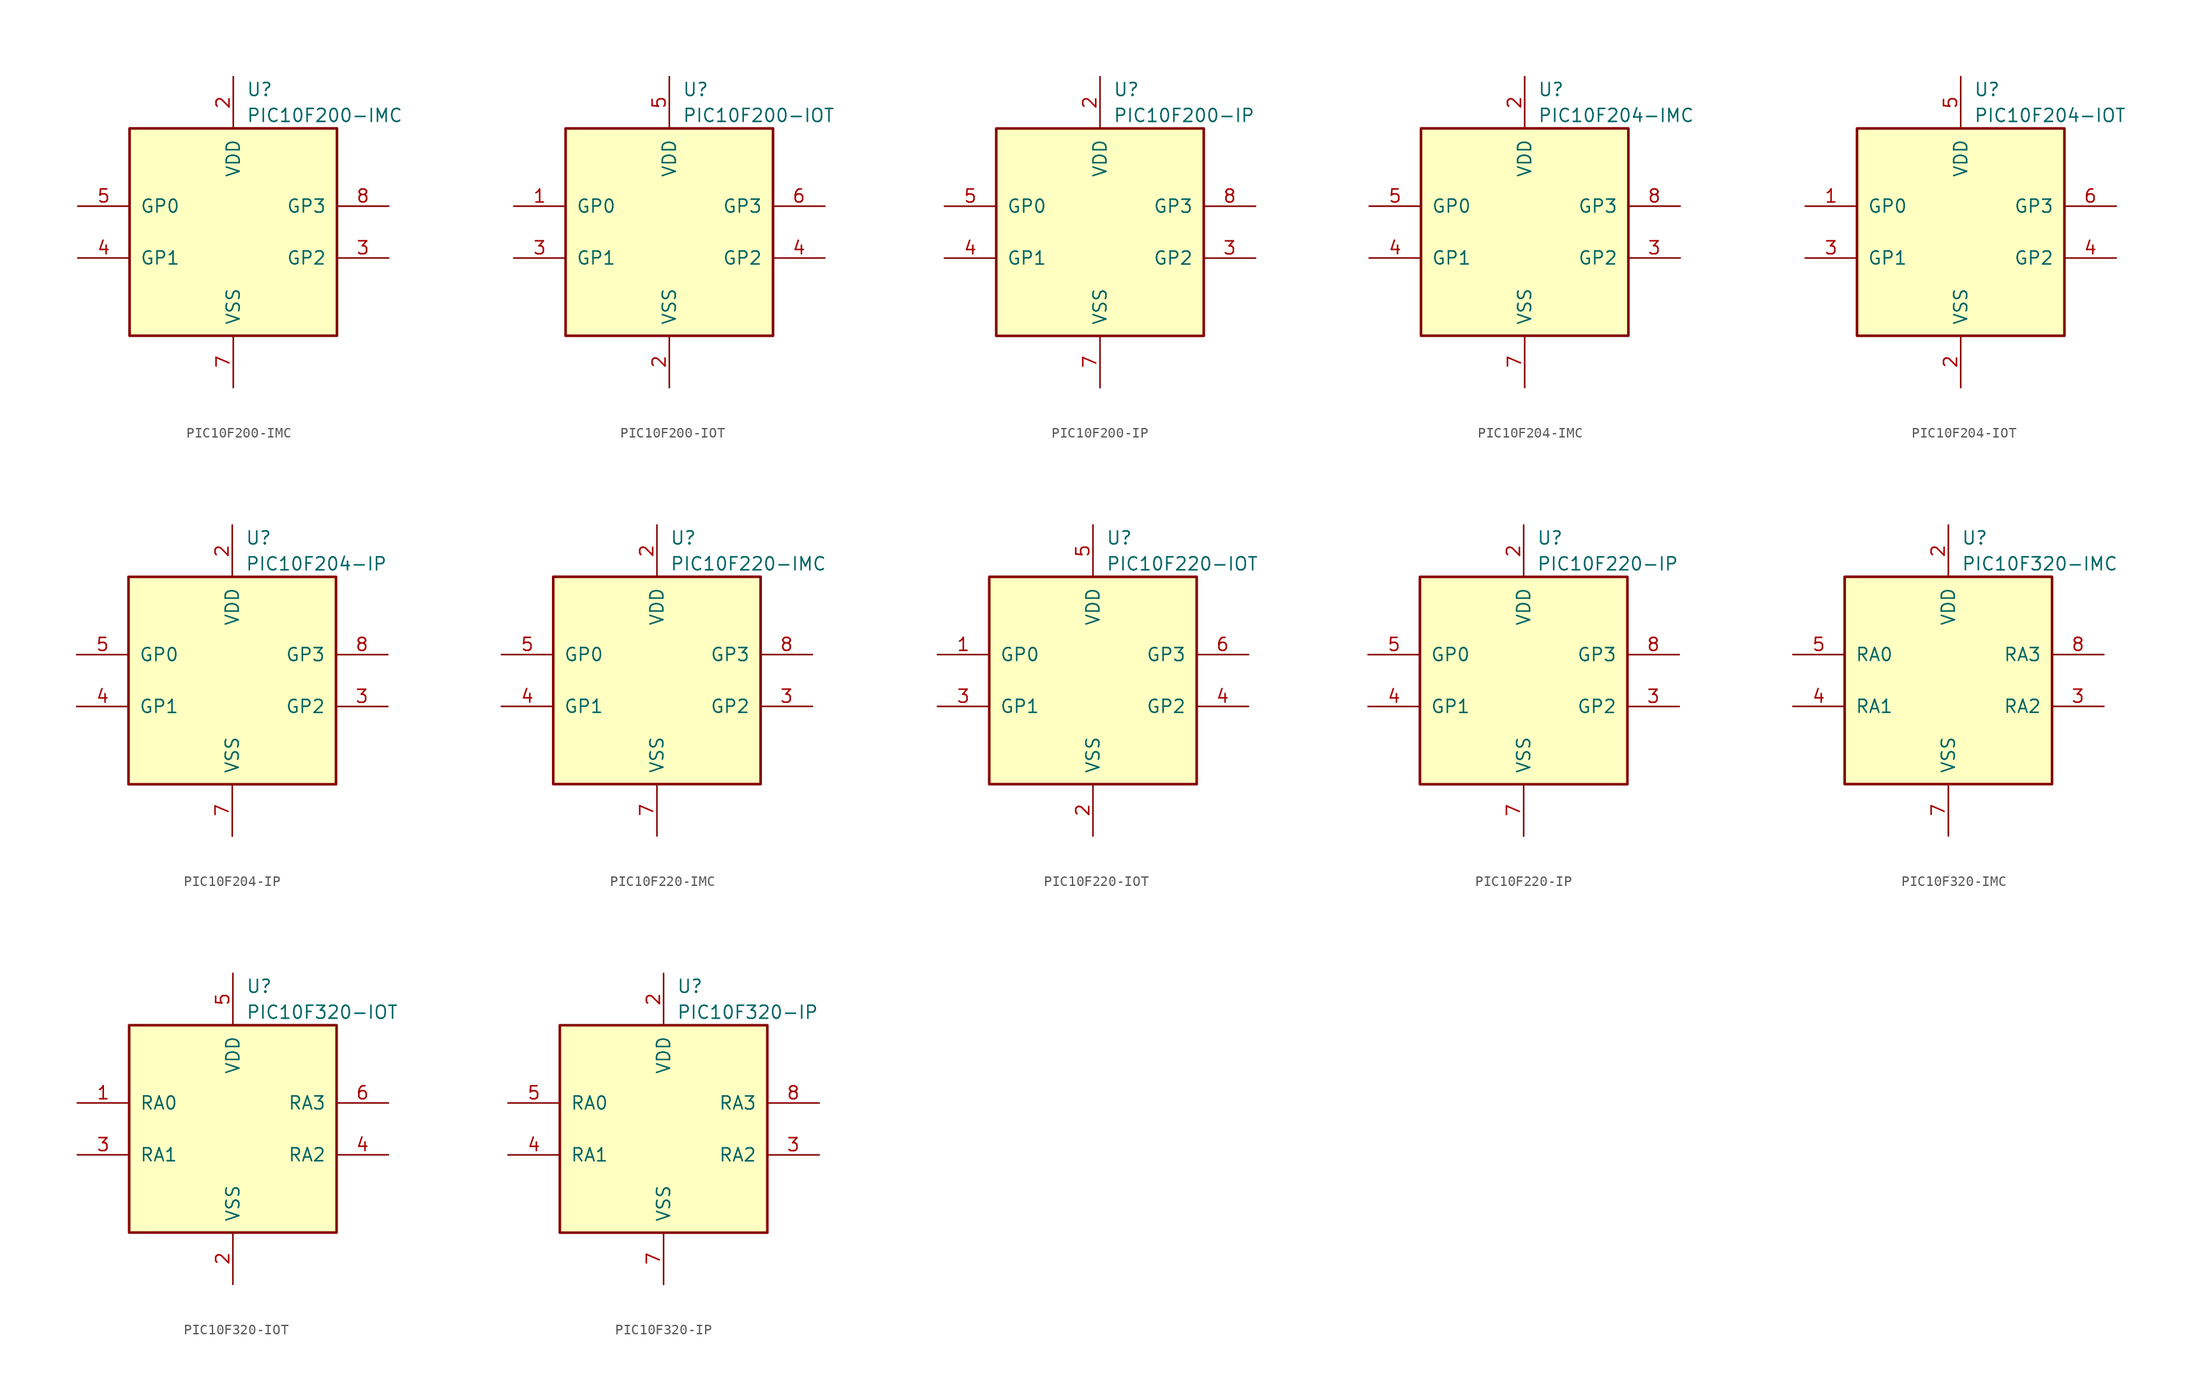
<source format=kicad_sym>
(kicad_symbol_lib
  (version 20201005)
  (generator kicad_symbol_editor)
  (symbol "MCU_Microchip_PIC10:PIC10F200-IMC"
    (pin_names
      (offset 1.016))
    (property "Reference" "U"
      (at 1.27 13.97 0)
      (effects (font (size 1.27 1.27)) (justify left)))
    (property "Value" "PIC10F200-IMC"
      (at 1.27 11.43 0)
      (effects (font (size 1.27 1.27)) (justify left)))
    (symbol "PIC10F200-IMC_0_1"
      (rectangle (start -10.16 10.16) (end 10.16 -10.16) (stroke (width 0.254)) (fill (type background))))
    (symbol "PIC10F200-IMC_1_1"
      (pin power_in line (at 0 15.24 270) (length 5.08) (name "VDD" (effects (font (size 1.27 1.27)))) (number "2" (effects (font (size 1.27 1.27)))))
      (pin bidirectional line (at 15.24 -2.54 180) (length 5.08) (name "GP2" (effects (font (size 1.27 1.27)))) (number "3" (effects (font (size 1.27 1.27)))))
      (pin bidirectional line (at -15.24 -2.54 0) (length 5.08) (name "GP1" (effects (font (size 1.27 1.27)))) (number "4" (effects (font (size 1.27 1.27)))))
      (pin bidirectional line (at -15.24 2.54 0) (length 5.08) (name "GP0" (effects (font (size 1.27 1.27)))) (number "5" (effects (font (size 1.27 1.27)))))
      (pin power_in line (at 0 -15.24 90) (length 5.08) (name "VSS" (effects (font (size 1.27 1.27)))) (number "7" (effects (font (size 1.27 1.27)))))
      (pin input line (at 15.24 2.54 180) (length 5.08) (name "GP3" (effects (font (size 1.27 1.27)))) (number "8" (effects (font (size 1.27 1.27)))))))
  (symbol "MCU_Microchip_PIC10:PIC10F200-IOT"
    (pin_names
      (offset 1.016))
    (property "Reference" "U"
      (at 1.27 13.97 0)
      (effects (font (size 1.27 1.27)) (justify left)))
    (property "Value" "PIC10F200-IOT"
      (at 1.27 11.43 0)
      (effects (font (size 1.27 1.27)) (justify left)))
    (symbol "PIC10F200-IOT_0_1"
      (rectangle (start -10.16 10.16) (end 10.16 -10.16) (stroke (width 0.254)) (fill (type background))))
    (symbol "PIC10F200-IOT_1_1"
      (pin bidirectional line (at -15.24 2.54 0) (length 5.08) (name "GP0" (effects (font (size 1.27 1.27)))) (number "1" (effects (font (size 1.27 1.27)))))
      (pin power_in line (at 0 -15.24 90) (length 5.08) (name "VSS" (effects (font (size 1.27 1.27)))) (number "2" (effects (font (size 1.27 1.27)))))
      (pin bidirectional line (at -15.24 -2.54 0) (length 5.08) (name "GP1" (effects (font (size 1.27 1.27)))) (number "3" (effects (font (size 1.27 1.27)))))
      (pin bidirectional line (at 15.24 -2.54 180) (length 5.08) (name "GP2" (effects (font (size 1.27 1.27)))) (number "4" (effects (font (size 1.27 1.27)))))
      (pin power_in line (at 0 15.24 270) (length 5.08) (name "VDD" (effects (font (size 1.27 1.27)))) (number "5" (effects (font (size 1.27 1.27)))))
      (pin input line (at 15.24 2.54 180) (length 5.08) (name "GP3" (effects (font (size 1.27 1.27)))) (number "6" (effects (font (size 1.27 1.27)))))))
  (symbol "MCU_Microchip_PIC10:PIC10F200-IP"
    (pin_names
      (offset 1.016))
    (property "Reference" "U"
      (at 1.27 13.97 0)
      (effects (font (size 1.27 1.27)) (justify left)))
    (property "Value" "PIC10F200-IP"
      (at 1.27 11.43 0)
      (effects (font (size 1.27 1.27)) (justify left)))
    (symbol "PIC10F200-IP_0_1"
      (rectangle (start -10.16 10.16) (end 10.16 -10.16) (stroke (width 0.254)) (fill (type background))))
    (symbol "PIC10F200-IP_1_1"
      (pin power_in line (at 0 15.24 270) (length 5.08) (name "VDD" (effects (font (size 1.27 1.27)))) (number "2" (effects (font (size 1.27 1.27)))))
      (pin bidirectional line (at 15.24 -2.54 180) (length 5.08) (name "GP2" (effects (font (size 1.27 1.27)))) (number "3" (effects (font (size 1.27 1.27)))))
      (pin bidirectional line (at -15.24 -2.54 0) (length 5.08) (name "GP1" (effects (font (size 1.27 1.27)))) (number "4" (effects (font (size 1.27 1.27)))))
      (pin bidirectional line (at -15.24 2.54 0) (length 5.08) (name "GP0" (effects (font (size 1.27 1.27)))) (number "5" (effects (font (size 1.27 1.27)))))
      (pin power_in line (at 0 -15.24 90) (length 5.08) (name "VSS" (effects (font (size 1.27 1.27)))) (number "7" (effects (font (size 1.27 1.27)))))
      (pin input line (at 15.24 2.54 180) (length 5.08) (name "GP3" (effects (font (size 1.27 1.27)))) (number "8" (effects (font (size 1.27 1.27)))))))
  (symbol "MCU_Microchip_PIC10:PIC10F204-IMC"
    (pin_names
      (offset 1.016))
    (property "Reference" "U"
      (at 1.27 13.97 0)
      (effects (font (size 1.27 1.27)) (justify left)))
    (property "Value" "PIC10F204-IMC"
      (at 1.27 11.43 0)
      (effects (font (size 1.27 1.27)) (justify left)))
    (symbol "PIC10F204-IMC_0_1"
      (rectangle (start -10.16 10.16) (end 10.16 -10.16) (stroke (width 0.254)) (fill (type background))))
    (symbol "PIC10F204-IMC_1_1"
      (pin power_in line (at 0 15.24 270) (length 5.08) (name "VDD" (effects (font (size 1.27 1.27)))) (number "2" (effects (font (size 1.27 1.27)))))
      (pin bidirectional line (at 15.24 -2.54 180) (length 5.08) (name "GP2" (effects (font (size 1.27 1.27)))) (number "3" (effects (font (size 1.27 1.27)))))
      (pin bidirectional line (at -15.24 -2.54 0) (length 5.08) (name "GP1" (effects (font (size 1.27 1.27)))) (number "4" (effects (font (size 1.27 1.27)))))
      (pin bidirectional line (at -15.24 2.54 0) (length 5.08) (name "GP0" (effects (font (size 1.27 1.27)))) (number "5" (effects (font (size 1.27 1.27)))))
      (pin power_in line (at 0 -15.24 90) (length 5.08) (name "VSS" (effects (font (size 1.27 1.27)))) (number "7" (effects (font (size 1.27 1.27)))))
      (pin input line (at 15.24 2.54 180) (length 5.08) (name "GP3" (effects (font (size 1.27 1.27)))) (number "8" (effects (font (size 1.27 1.27)))))))
  (symbol "MCU_Microchip_PIC10:PIC10F204-IOT"
    (pin_names
      (offset 1.016))
    (property "Reference" "U"
      (at 1.27 13.97 0)
      (effects (font (size 1.27 1.27)) (justify left)))
    (property "Value" "PIC10F204-IOT"
      (at 1.27 11.43 0)
      (effects (font (size 1.27 1.27)) (justify left)))
    (symbol "PIC10F204-IOT_0_1"
      (rectangle (start -10.16 10.16) (end 10.16 -10.16) (stroke (width 0.254)) (fill (type background))))
    (symbol "PIC10F204-IOT_1_1"
      (pin bidirectional line (at -15.24 2.54 0) (length 5.08) (name "GP0" (effects (font (size 1.27 1.27)))) (number "1" (effects (font (size 1.27 1.27)))))
      (pin power_in line (at 0 -15.24 90) (length 5.08) (name "VSS" (effects (font (size 1.27 1.27)))) (number "2" (effects (font (size 1.27 1.27)))))
      (pin bidirectional line (at -15.24 -2.54 0) (length 5.08) (name "GP1" (effects (font (size 1.27 1.27)))) (number "3" (effects (font (size 1.27 1.27)))))
      (pin bidirectional line (at 15.24 -2.54 180) (length 5.08) (name "GP2" (effects (font (size 1.27 1.27)))) (number "4" (effects (font (size 1.27 1.27)))))
      (pin power_in line (at 0 15.24 270) (length 5.08) (name "VDD" (effects (font (size 1.27 1.27)))) (number "5" (effects (font (size 1.27 1.27)))))
      (pin input line (at 15.24 2.54 180) (length 5.08) (name "GP3" (effects (font (size 1.27 1.27)))) (number "6" (effects (font (size 1.27 1.27)))))))
  (symbol "MCU_Microchip_PIC10:PIC10F204-IP"
    (pin_names
      (offset 1.016))
    (property "Reference" "U"
      (at 1.27 13.97 0)
      (effects (font (size 1.27 1.27)) (justify left)))
    (property "Value" "PIC10F204-IP"
      (at 1.27 11.43 0)
      (effects (font (size 1.27 1.27)) (justify left)))
    (symbol "PIC10F204-IP_0_1"
      (rectangle (start -10.16 10.16) (end 10.16 -10.16) (stroke (width 0.254)) (fill (type background))))
    (symbol "PIC10F204-IP_1_1"
      (pin power_in line (at 0 15.24 270) (length 5.08) (name "VDD" (effects (font (size 1.27 1.27)))) (number "2" (effects (font (size 1.27 1.27)))))
      (pin bidirectional line (at 15.24 -2.54 180) (length 5.08) (name "GP2" (effects (font (size 1.27 1.27)))) (number "3" (effects (font (size 1.27 1.27)))))
      (pin bidirectional line (at -15.24 -2.54 0) (length 5.08) (name "GP1" (effects (font (size 1.27 1.27)))) (number "4" (effects (font (size 1.27 1.27)))))
      (pin bidirectional line (at -15.24 2.54 0) (length 5.08) (name "GP0" (effects (font (size 1.27 1.27)))) (number "5" (effects (font (size 1.27 1.27)))))
      (pin power_in line (at 0 -15.24 90) (length 5.08) (name "VSS" (effects (font (size 1.27 1.27)))) (number "7" (effects (font (size 1.27 1.27)))))
      (pin input line (at 15.24 2.54 180) (length 5.08) (name "GP3" (effects (font (size 1.27 1.27)))) (number "8" (effects (font (size 1.27 1.27)))))))
  (symbol "MCU_Microchip_PIC10:PIC10F220-IMC"
    (pin_names
      (offset 1.016))
    (property "Reference" "U"
      (at 1.27 13.97 0)
      (effects (font (size 1.27 1.27)) (justify left)))
    (property "Value" "PIC10F220-IMC"
      (at 1.27 11.43 0)
      (effects (font (size 1.27 1.27)) (justify left)))
    (symbol "PIC10F220-IMC_0_1"
      (rectangle (start -10.16 10.16) (end 10.16 -10.16) (stroke (width 0.254)) (fill (type background))))
    (symbol "PIC10F220-IMC_1_1"
      (pin power_in line (at 0 15.24 270) (length 5.08) (name "VDD" (effects (font (size 1.27 1.27)))) (number "2" (effects (font (size 1.27 1.27)))))
      (pin bidirectional line (at 15.24 -2.54 180) (length 5.08) (name "GP2" (effects (font (size 1.27 1.27)))) (number "3" (effects (font (size 1.27 1.27)))))
      (pin bidirectional line (at -15.24 -2.54 0) (length 5.08) (name "GP1" (effects (font (size 1.27 1.27)))) (number "4" (effects (font (size 1.27 1.27)))))
      (pin bidirectional line (at -15.24 2.54 0) (length 5.08) (name "GP0" (effects (font (size 1.27 1.27)))) (number "5" (effects (font (size 1.27 1.27)))))
      (pin power_in line (at 0 -15.24 90) (length 5.08) (name "VSS" (effects (font (size 1.27 1.27)))) (number "7" (effects (font (size 1.27 1.27)))))
      (pin input line (at 15.24 2.54 180) (length 5.08) (name "GP3" (effects (font (size 1.27 1.27)))) (number "8" (effects (font (size 1.27 1.27)))))))
  (symbol "MCU_Microchip_PIC10:PIC10F220-IOT"
    (pin_names
      (offset 1.016))
    (property "Reference" "U"
      (at 1.27 13.97 0)
      (effects (font (size 1.27 1.27)) (justify left)))
    (property "Value" "PIC10F220-IOT"
      (at 1.27 11.43 0)
      (effects (font (size 1.27 1.27)) (justify left)))
    (symbol "PIC10F220-IOT_0_1"
      (rectangle (start -10.16 10.16) (end 10.16 -10.16) (stroke (width 0.254)) (fill (type background))))
    (symbol "PIC10F220-IOT_1_1"
      (pin bidirectional line (at -15.24 2.54 0) (length 5.08) (name "GP0" (effects (font (size 1.27 1.27)))) (number "1" (effects (font (size 1.27 1.27)))))
      (pin power_in line (at 0 -15.24 90) (length 5.08) (name "VSS" (effects (font (size 1.27 1.27)))) (number "2" (effects (font (size 1.27 1.27)))))
      (pin bidirectional line (at -15.24 -2.54 0) (length 5.08) (name "GP1" (effects (font (size 1.27 1.27)))) (number "3" (effects (font (size 1.27 1.27)))))
      (pin bidirectional line (at 15.24 -2.54 180) (length 5.08) (name "GP2" (effects (font (size 1.27 1.27)))) (number "4" (effects (font (size 1.27 1.27)))))
      (pin power_in line (at 0 15.24 270) (length 5.08) (name "VDD" (effects (font (size 1.27 1.27)))) (number "5" (effects (font (size 1.27 1.27)))))
      (pin input line (at 15.24 2.54 180) (length 5.08) (name "GP3" (effects (font (size 1.27 1.27)))) (number "6" (effects (font (size 1.27 1.27)))))))
  (symbol "MCU_Microchip_PIC10:PIC10F220-IP"
    (pin_names
      (offset 1.016))
    (property "Reference" "U"
      (at 1.27 13.97 0)
      (effects (font (size 1.27 1.27)) (justify left)))
    (property "Value" "PIC10F220-IP"
      (at 1.27 11.43 0)
      (effects (font (size 1.27 1.27)) (justify left)))
    (symbol "PIC10F220-IP_0_1"
      (rectangle (start -10.16 10.16) (end 10.16 -10.16) (stroke (width 0.254)) (fill (type background))))
    (symbol "PIC10F220-IP_1_1"
      (pin power_in line (at 0 15.24 270) (length 5.08) (name "VDD" (effects (font (size 1.27 1.27)))) (number "2" (effects (font (size 1.27 1.27)))))
      (pin bidirectional line (at 15.24 -2.54 180) (length 5.08) (name "GP2" (effects (font (size 1.27 1.27)))) (number "3" (effects (font (size 1.27 1.27)))))
      (pin bidirectional line (at -15.24 -2.54 0) (length 5.08) (name "GP1" (effects (font (size 1.27 1.27)))) (number "4" (effects (font (size 1.27 1.27)))))
      (pin bidirectional line (at -15.24 2.54 0) (length 5.08) (name "GP0" (effects (font (size 1.27 1.27)))) (number "5" (effects (font (size 1.27 1.27)))))
      (pin power_in line (at 0 -15.24 90) (length 5.08) (name "VSS" (effects (font (size 1.27 1.27)))) (number "7" (effects (font (size 1.27 1.27)))))
      (pin input line (at 15.24 2.54 180) (length 5.08) (name "GP3" (effects (font (size 1.27 1.27)))) (number "8" (effects (font (size 1.27 1.27)))))))
  (symbol "MCU_Microchip_PIC10:PIC10F320-IMC"
    (pin_names
      (offset 1.016))
    (property "Reference" "U"
      (at 1.27 13.97 0)
      (effects (font (size 1.27 1.27)) (justify left)))
    (property "Value" "PIC10F320-IMC"
      (at 1.27 11.43 0)
      (effects (font (size 1.27 1.27)) (justify left)))
    (symbol "PIC10F320-IMC_0_1"
      (rectangle (start -10.16 10.16) (end 10.16 -10.16) (stroke (width 0.254)) (fill (type background))))
    (symbol "PIC10F320-IMC_1_1"
      (pin power_in line (at 0 15.24 270) (length 5.08) (name "VDD" (effects (font (size 1.27 1.27)))) (number "2" (effects (font (size 1.27 1.27)))))
      (pin bidirectional line (at 15.24 -2.54 180) (length 5.08) (name "RA2" (effects (font (size 1.27 1.27)))) (number "3" (effects (font (size 1.27 1.27)))))
      (pin bidirectional line (at -15.24 -2.54 0) (length 5.08) (name "RA1" (effects (font (size 1.27 1.27)))) (number "4" (effects (font (size 1.27 1.27)))))
      (pin bidirectional line (at -15.24 2.54 0) (length 5.08) (name "RA0" (effects (font (size 1.27 1.27)))) (number "5" (effects (font (size 1.27 1.27)))))
      (pin power_in line (at 0 -15.24 90) (length 5.08) (name "VSS" (effects (font (size 1.27 1.27)))) (number "7" (effects (font (size 1.27 1.27)))))
      (pin input line (at 15.24 2.54 180) (length 5.08) (name "RA3" (effects (font (size 1.27 1.27)))) (number "8" (effects (font (size 1.27 1.27)))))))
  (symbol "MCU_Microchip_PIC10:PIC10F320-IOT"
    (pin_names
      (offset 1.016))
    (property "Reference" "U"
      (at 1.27 13.97 0)
      (effects (font (size 1.27 1.27)) (justify left)))
    (property "Value" "PIC10F320-IOT"
      (at 1.27 11.43 0)
      (effects (font (size 1.27 1.27)) (justify left)))
    (symbol "PIC10F320-IOT_0_1"
      (rectangle (start -10.16 10.16) (end 10.16 -10.16) (stroke (width 0.254)) (fill (type background))))
    (symbol "PIC10F320-IOT_1_1"
      (pin bidirectional line (at -15.24 2.54 0) (length 5.08) (name "RA0" (effects (font (size 1.27 1.27)))) (number "1" (effects (font (size 1.27 1.27)))))
      (pin power_in line (at 0 -15.24 90) (length 5.08) (name "VSS" (effects (font (size 1.27 1.27)))) (number "2" (effects (font (size 1.27 1.27)))))
      (pin bidirectional line (at -15.24 -2.54 0) (length 5.08) (name "RA1" (effects (font (size 1.27 1.27)))) (number "3" (effects (font (size 1.27 1.27)))))
      (pin bidirectional line (at 15.24 -2.54 180) (length 5.08) (name "RA2" (effects (font (size 1.27 1.27)))) (number "4" (effects (font (size 1.27 1.27)))))
      (pin power_in line (at 0 15.24 270) (length 5.08) (name "VDD" (effects (font (size 1.27 1.27)))) (number "5" (effects (font (size 1.27 1.27)))))
      (pin input line (at 15.24 2.54 180) (length 5.08) (name "RA3" (effects (font (size 1.27 1.27)))) (number "6" (effects (font (size 1.27 1.27)))))))
  (symbol "MCU_Microchip_PIC10:PIC10F320-IP"
    (pin_names
      (offset 1.016))
    (property "Reference" "U"
      (at 1.27 13.97 0)
      (effects (font (size 1.27 1.27)) (justify left)))
    (property "Value" "PIC10F320-IP"
      (at 1.27 11.43 0)
      (effects (font (size 1.27 1.27)) (justify left)))
    (symbol "PIC10F320-IP_0_1"
      (rectangle (start -10.16 10.16) (end 10.16 -10.16) (stroke (width 0.254)) (fill (type background))))
    (symbol "PIC10F320-IP_1_1"
      (pin power_in line (at 0 15.24 270) (length 5.08) (name "VDD" (effects (font (size 1.27 1.27)))) (number "2" (effects (font (size 1.27 1.27)))))
      (pin bidirectional line (at 15.24 -2.54 180) (length 5.08) (name "RA2" (effects (font (size 1.27 1.27)))) (number "3" (effects (font (size 1.27 1.27)))))
      (pin bidirectional line (at -15.24 -2.54 0) (length 5.08) (name "RA1" (effects (font (size 1.27 1.27)))) (number "4" (effects (font (size 1.27 1.27)))))
      (pin bidirectional line (at -15.24 2.54 0) (length 5.08) (name "RA0" (effects (font (size 1.27 1.27)))) (number "5" (effects (font (size 1.27 1.27)))))
      (pin power_in line (at 0 -15.24 90) (length 5.08) (name "VSS" (effects (font (size 1.27 1.27)))) (number "7" (effects (font (size 1.27 1.27)))))
      (pin input line (at 15.24 2.54 180) (length 5.08) (name "RA3" (effects (font (size 1.27 1.27)))) (number "8" (effects (font (size 1.27 1.27))))))))
</source>
